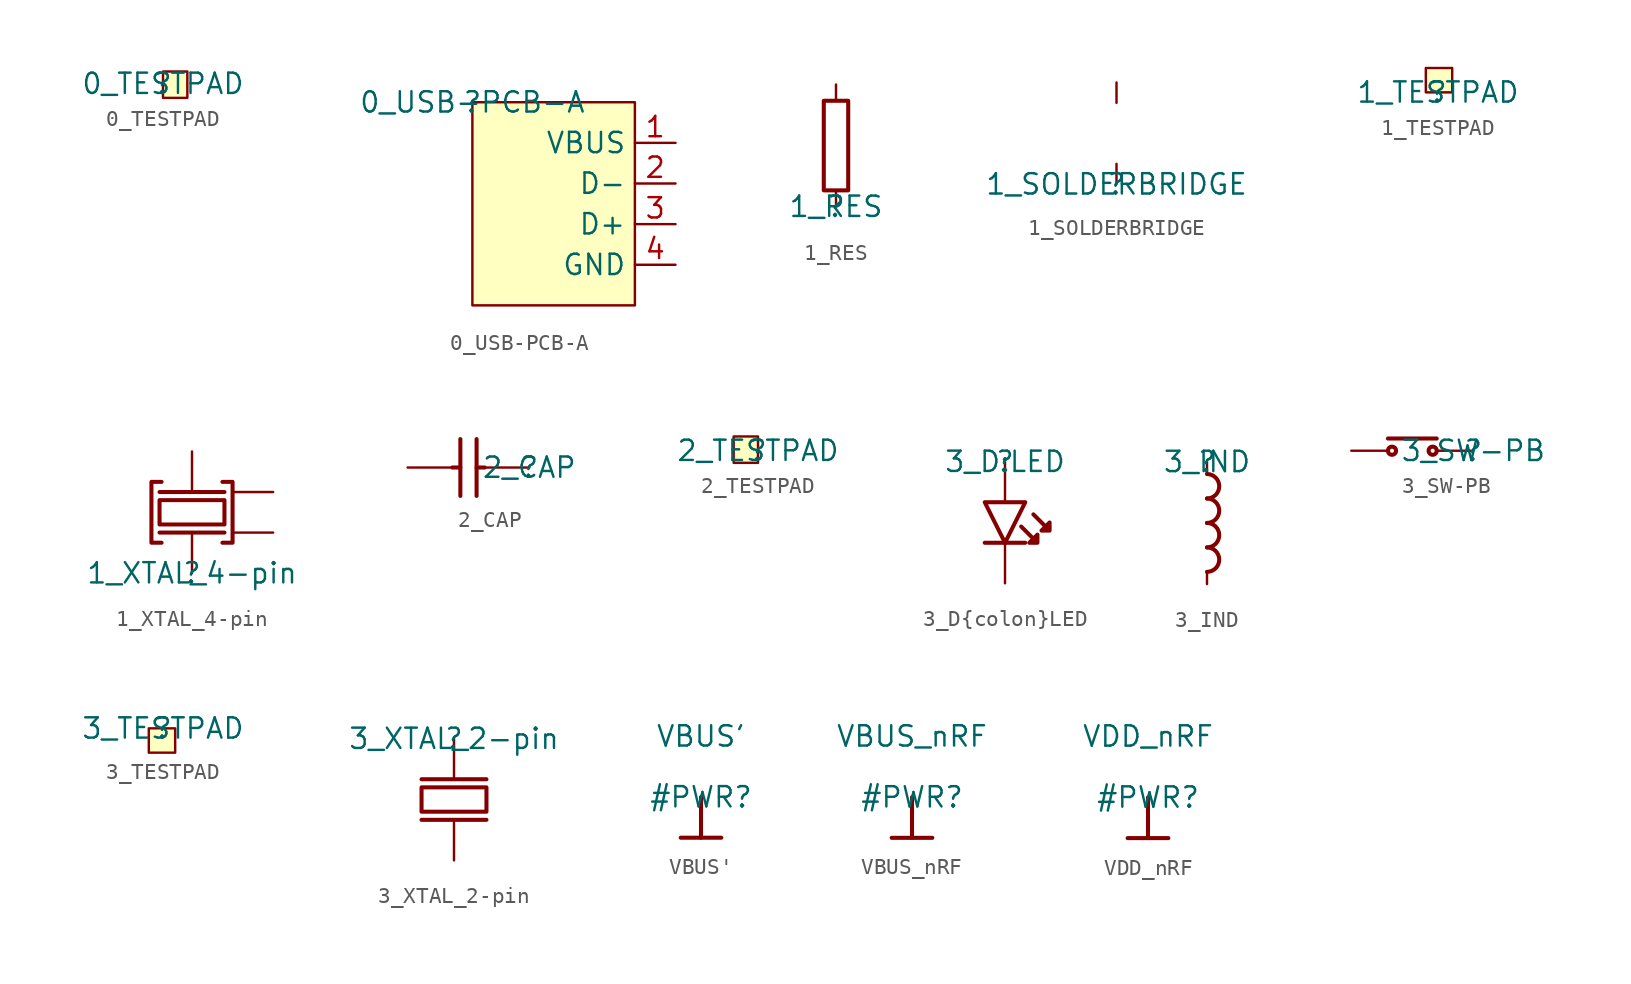
<source format=kicad_sym>
(kicad_symbol_lib
  (version 20211014)
  (generator kicad_symbol_editor)
  (symbol "0_TESTPAD"
    (property "Reference" ""
      (at 0 0 0)
      (effects (font (size 1.27 1.27))))
    (property "Value" "0_TESTPAD"
      (at 0 0 0)
      (effects (font (size 1.27 1.27))))
    (symbol "0_TESTPAD_1_0"
      (rectangle (start 1.524 0.762) (end 0 -0.889) (stroke (width 0) (type default) (color 0 0 0 0)) (fill (type background)))
      (pin passive line (at 0 0 0) (length 0) (name "1" (effects (font (size 0 0)))) (number "1" (effects (font (size 0 0)))))))
  (symbol "0_USB-PCB-A"
    (property "Reference" ""
      (at 0 0 0)
      (effects (font (size 1.27 1.27))))
    (property "Value" "0_USB-PCB-A"
      (at 0 0 0)
      (effects (font (size 1.27 1.27))))
    (symbol "0_USB-PCB-A_1_0"
      (rectangle (start 10.16 0) (end 0 -12.7) (stroke (width 0) (type default) (color 0 0 0 0)) (fill (type background)))
      (pin passive line (at 12.7 -2.54 180) (length 2.54) (name "VBUS" (effects (font (size 1.27 1.27)))) (number "1" (effects (font (size 1.27 1.27)))))
      (pin passive line (at 12.7 -5.08 180) (length 2.54) (name "D-" (effects (font (size 1.27 1.27)))) (number "2" (effects (font (size 1.27 1.27)))))
      (pin passive line (at 12.7 -7.62 180) (length 2.54) (name "D+" (effects (font (size 1.27 1.27)))) (number "3" (effects (font (size 1.27 1.27)))))
      (pin passive line (at 12.7 -10.16 180) (length 2.54) (name "GND" (effects (font (size 1.27 1.27)))) (number "4" (effects (font (size 1.27 1.27)))))))
  (symbol "1_RES"
    (property "Reference" ""
      (at 0 0 0)
      (effects (font (size 1.27 1.27))))
    (property "Value" "1_RES"
      (at 0 0 0)
      (effects (font (size 1.27 1.27))))
    (symbol "1_RES_1_0"
      (polyline (pts (xy -0.762 6.604) (xy -0.762 1.016) (xy 0.762 1.016) (xy 0.762 6.604) (xy -0.762 6.604)) (stroke (width 0.254) (type default) (color 0 0 0 0)) (fill (type none)))
      (pin passive line (at 0 0 90) (length 1.016) (name "1" (effects (font (size 0 0)))) (number "1" (effects (font (size 0 0)))))
      (pin passive line (at 0 7.62 270) (length 1.016) (name "2" (effects (font (size 0 0)))) (number "2" (effects (font (size 0 0)))))))
  (symbol "1_SOLDERBRIDGE"
    (property "Reference" ""
      (at 0 0 0)
      (effects (font (size 1.27 1.27))))
    (property "Value" "1_SOLDERBRIDGE"
      (at 0 0 0)
      (effects (font (size 1.27 1.27))))
    (symbol "1_SOLDERBRIDGE_1_0"
      (pin passive line (at 0 6.35 270) (length 1.27) (name "0" (effects (font (size 0 0)))) (number "1" (effects (font (size 0 0)))))
      (pin passive line (at 0 0 90) (length 1.27) (name "1" (effects (font (size 0 0)))) (number "2" (effects (font (size 0 0)))))))
  (symbol "1_TESTPAD"
    (property "Reference" ""
      (at 0 0 0)
      (effects (font (size 1.27 1.27))))
    (property "Value" "1_TESTPAD"
      (at 0 0 0)
      (effects (font (size 1.27 1.27))))
    (symbol "1_TESTPAD_1_0"
      (rectangle (start 0.889 1.524) (end -0.762 0) (stroke (width 0) (type default) (color 0 0 0 0)) (fill (type background)))
      (pin passive line (at 0 0 90) (length 0) (name "1" (effects (font (size 0 0)))) (number "1" (effects (font (size 0 0)))))))
  (symbol "1_XTAL_4-pin"
    (property "Reference" ""
      (at 0 0 0)
      (effects (font (size 1.27 1.27))))
    (property "Value" "1_XTAL_4-pin"
      (at 0 0 0)
      (effects (font (size 1.27 1.27))))
    (symbol "1_XTAL_4-pin_1_0"
      (polyline (pts (xy -2.032 2.54) (xy 2.032 2.54)) (stroke (width 0.254) (type default) (color 0 0 0 0)) (fill (type none)))
      (polyline (pts (xy -2.032 5.08) (xy 2.032 5.08)) (stroke (width 0.254) (type default) (color 0 0 0 0)) (fill (type none)))
      (polyline (pts (xy -1.905 1.905) (xy -2.54 1.905) (xy -2.54 5.715) (xy -1.905 5.715)) (stroke (width 0.254) (type default) (color 0 0 0 0)) (fill (type none)))
      (polyline (pts (xy 1.905 1.905) (xy 2.54 1.905) (xy 2.54 5.715) (xy 1.905 5.715)) (stroke (width 0.254) (type default) (color 0 0 0 0)) (fill (type none)))
      (polyline (pts (xy 2.032 4.572) (xy -2.032 4.572) (xy -2.032 3.048) (xy 2.032 3.048) (xy 2.032 4.572)) (stroke (width 0.254) (type default) (color 0 0 0 0)) (fill (type none)))
      (pin passive line (at 0 0 90) (length 2.54) (name "IN" (effects (font (size 0 0)))) (number "1" (effects (font (size 0 0)))))
      (pin passive line (at 5.08 5.08 180) (length 2.54) (name "GND" (effects (font (size 0 0)))) (number "2" (effects (font (size 0 0)))))
      (pin passive line (at 0 7.62 270) (length 2.54) (name "OUT" (effects (font (size 0 0)))) (number "3" (effects (font (size 0 0)))))
      (pin passive line (at 5.08 2.54 180) (length 2.54) (name "GND" (effects (font (size 0 0)))) (number "4" (effects (font (size 0 0)))))))
  (symbol "2_CAP"
    (property "Reference" ""
      (at 0 0 0)
      (effects (font (size 1.27 1.27))))
    (property "Value" "2_CAP"
      (at 0 0 0)
      (effects (font (size 1.27 1.27))))
    (symbol "2_CAP_1_0"
      (polyline (pts (xy -4.318 0) (xy -4.826 0)) (stroke (width 0.254) (type default) (color 0 0 0 0)) (fill (type none)))
      (polyline (pts (xy -4.318 1.778) (xy -4.318 -1.778)) (stroke (width 0.254) (type default) (color 0 0 0 0)) (fill (type none)))
      (polyline (pts (xy -3.302 0) (xy -2.794 0)) (stroke (width 0.254) (type default) (color 0 0 0 0)) (fill (type none)))
      (polyline (pts (xy -3.302 1.778) (xy -3.302 -1.778)) (stroke (width 0.254) (type default) (color 0 0 0 0)) (fill (type none)))
      (pin passive line (at 0 0 180) (length 3.302) (name "1" (effects (font (size 0 0)))) (number "1" (effects (font (size 0 0)))))
      (pin passive line (at -7.62 0 0) (length 3.302) (name "2" (effects (font (size 0 0)))) (number "2" (effects (font (size 0 0)))))))
  (symbol "2_TESTPAD"
    (property "Reference" ""
      (at 0 0 0)
      (effects (font (size 1.27 1.27))))
    (property "Value" "2_TESTPAD"
      (at 0 0 0)
      (effects (font (size 1.27 1.27))))
    (symbol "2_TESTPAD_1_0"
      (rectangle (start 0 0.889) (end -1.524 -0.762) (stroke (width 0) (type default) (color 0 0 0 0)) (fill (type background)))
      (pin passive line (at 0 0 180) (length 0) (name "1" (effects (font (size 0 0)))) (number "1" (effects (font (size 0 0)))))))
  (symbol "3_D{colon}LED"
    (property "Reference" ""
      (at 0 0 0)
      (effects (font (size 1.27 1.27))))
    (property "Value" "3_D:LED"
      (at 0 0 0)
      (effects (font (size 1.27 1.27))))
    (symbol "3_D{colon}LED_1_0"
      (polyline (pts (xy -1.27 -5.08) (xy 0 -5.08)) (stroke (width 0.254) (type default) (color 0 0 0 0)) (fill (type none)))
      (polyline (pts (xy 0 -5.08) (xy 1.27 -5.08)) (stroke (width 0.254) (type default) (color 0 0 0 0)) (fill (type none)))
      (polyline (pts (xy -1.27 -2.54) (xy 0 -5.08) (xy 1.27 -2.54) (xy -1.27 -2.54)) (stroke (width 0.254) (type default) (color 0 0 0 0)) (fill (type none)))
      (polyline (pts (xy 1.016 -4.064) (xy 2.032 -5.08) (xy 2.032 -4.572) (xy 1.524 -5.08) (xy 2.032 -5.08)) (stroke (width 0.254) (type default) (color 0 0 0 0)) (fill (type none)))
      (polyline (pts (xy 1.778 -3.302) (xy 2.794 -4.318) (xy 2.794 -3.81) (xy 2.286 -4.318) (xy 2.794 -4.318)) (stroke (width 0.254) (type default) (color 0 0 0 0)) (fill (type none)))
      (pin passive line (at 0 -7.62 90) (length 2.54) (name "C" (effects (font (size 0 0)))) (number "1" (effects (font (size 0 0)))))
      (pin passive line (at 0 0 270) (length 2.54) (name "A" (effects (font (size 0 0)))) (number "2" (effects (font (size 0 0)))))))
  (symbol "3_IND"
    (property "Reference" ""
      (at 0 0 0)
      (effects (font (size 1.27 1.27))))
    (property "Value" "3_IND"
      (at 0 0 0)
      (effects (font (size 1.27 1.27))))
    (symbol "3_IND_1_0"
      (arc (start 0 -6.858) (mid 0.762 -6.096) (end 0 -5.334) (stroke (width 0.254) (type default) (color 0 0 0 0)) (fill (type none)))
      (arc (start 0 -5.334) (mid 0.762 -4.572) (end 0 -3.81) (stroke (width 0.254) (type default) (color 0 0 0 0)) (fill (type none)))
      (arc (start 0 -3.81) (mid 0.762 -3.048) (end 0 -2.286) (stroke (width 0.254) (type default) (color 0 0 0 0)) (fill (type none)))
      (arc (start 0 -2.286) (mid 0.762 -1.524) (end 0 -0.762) (stroke (width 0.254) (type default) (color 0 0 0 0)) (fill (type none)))
      (pin passive line (at 0 0 270) (length 0.762) (name "1" (effects (font (size 0 0)))) (number "1" (effects (font (size 0 0)))))
      (pin passive line (at 0 -7.62 90) (length 0.762) (name "2" (effects (font (size 0 0)))) (number "2" (effects (font (size 0 0)))))))
  (symbol "3_SW-PB"
    (property "Reference" ""
      (at 0 0 0)
      (effects (font (size 1.27 1.27))))
    (property "Value" "3_SW-PB"
      (at 0 0 0)
      (effects (font (size 1.27 1.27))))
    (symbol "3_SW-PB_1_0"
      (circle (center -5.08 0) (radius 0.254) (stroke (width 0.254) (type default) (color 0 0 0 0)) (fill (type none)))
      (circle (center -2.54 0) (radius 0.254) (stroke (width 0.254) (type default) (color 0 0 0 0)) (fill (type none)))
      (polyline (pts (xy -2.286 0.762) (xy -5.334 0.762)) (stroke (width 0.254) (type default) (color 0 0 0 0)) (fill (type none)))
      (pin passive line (at 0 0 180) (length 2.286) (name "N.O" (effects (font (size 0 0)))) (number "1" (effects (font (size 0 0)))))
      (pin passive line (at -7.62 0 0) (length 2.286) (name "COM" (effects (font (size 0 0)))) (number "2" (effects (font (size 0 0)))))))
  (symbol "3_TESTPAD"
    (property "Reference" ""
      (at 0 0 0)
      (effects (font (size 1.27 1.27))))
    (property "Value" "3_TESTPAD"
      (at 0 0 0)
      (effects (font (size 1.27 1.27))))
    (symbol "3_TESTPAD_1_0"
      (rectangle (start 0.762 0) (end -0.889 -1.524) (stroke (width 0) (type default) (color 0 0 0 0)) (fill (type background)))
      (pin passive line (at 0 0 270) (length 0) (name "1" (effects (font (size 0 0)))) (number "1" (effects (font (size 0 0)))))))
  (symbol "3_XTAL_2-pin"
    (property "Reference" ""
      (at 0 0 0)
      (effects (font (size 1.27 1.27))))
    (property "Value" "3_XTAL_2-pin"
      (at 0 0 0)
      (effects (font (size 1.27 1.27))))
    (symbol "3_XTAL_2-pin_1_0"
      (polyline (pts (xy 2.032 -5.08) (xy -2.032 -5.08)) (stroke (width 0.254) (type default) (color 0 0 0 0)) (fill (type none)))
      (polyline (pts (xy 2.032 -2.54) (xy -2.032 -2.54)) (stroke (width 0.254) (type default) (color 0 0 0 0)) (fill (type none)))
      (polyline (pts (xy -2.032 -4.572) (xy 2.032 -4.572) (xy 2.032 -3.048) (xy -2.032 -3.048) (xy -2.032 -4.572)) (stroke (width 0.254) (type default) (color 0 0 0 0)) (fill (type none)))
      (pin passive line (at 0 0 270) (length 2.54) (name "inp" (effects (font (size 0 0)))) (number "1" (effects (font (size 0 0)))))
      (pin passive line (at 0 -7.62 90) (length 2.54) (name "out" (effects (font (size 0 0)))) (number "2" (effects (font (size 0 0)))))))
  (symbol "VBUS'"
    (power)
    (property "Reference" "#PWR"
      (at 0 0 0)
      (effects (font (size 1.27 1.27))))
    (property "Value" "VBUS'"
      (at 0 3.81 0)
      (effects (font (size 1.27 1.27))))
    (symbol "VBUS'_0_0"
      (polyline (pts (xy -1.27 -2.54) (xy 1.27 -2.54)) (stroke (width 0.254) (type default) (color 0 0 0 0)) (fill (type none)))
      (polyline (pts (xy 0 0) (xy 0 -2.54)) (stroke (width 0.254) (type default) (color 0 0 0 0)) (fill (type none)))
      (pin power_in line (at 0 0 0) (length 0) hide (name "VBUS'" (effects (font (size 1.27 1.27)))) (number "" (effects (font (size 1.27 1.27)))))))
  (symbol "VBUS_nRF"
    (power)
    (property "Reference" "#PWR"
      (at 0 0 0)
      (effects (font (size 1.27 1.27))))
    (property "Value" "VBUS_nRF"
      (at 0 3.81 0)
      (effects (font (size 1.27 1.27))))
    (symbol "VBUS_nRF_0_0"
      (polyline (pts (xy -1.27 -2.54) (xy 1.27 -2.54)) (stroke (width 0.254) (type default) (color 0 0 0 0)) (fill (type none)))
      (polyline (pts (xy 0 0) (xy 0 -2.54)) (stroke (width 0.254) (type default) (color 0 0 0 0)) (fill (type none)))
      (pin power_in line (at 0 0 0) (length 0) hide (name "VBUS_nRF" (effects (font (size 1.27 1.27)))) (number "" (effects (font (size 1.27 1.27)))))))
  (symbol "VDD_nRF"
    (power)
    (property "Reference" "#PWR"
      (at 0 0 0)
      (effects (font (size 1.27 1.27))))
    (property "Value" "VDD_nRF"
      (at 0 3.81 0)
      (effects (font (size 1.27 1.27))))
    (symbol "VDD_nRF_0_0"
      (polyline (pts (xy -1.27 -2.54) (xy 1.27 -2.54)) (stroke (width 0.254) (type default) (color 0 0 0 0)) (fill (type none)))
      (polyline (pts (xy 0 0) (xy 0 -2.54)) (stroke (width 0.254) (type default) (color 0 0 0 0)) (fill (type none)))
      (pin power_in line (at 0 0 0) (length 0) hide (name "VDD_nRF" (effects (font (size 1.27 1.27)))) (number "" (effects (font (size 1.27 1.27))))))))
</source>
